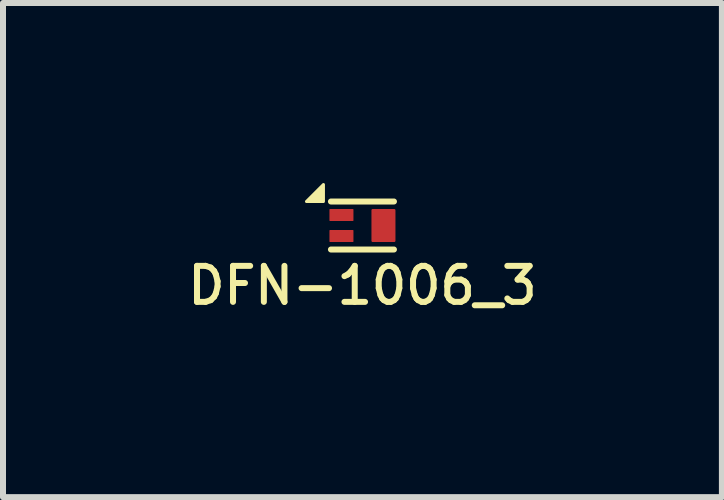
<source format=kicad_pcb>
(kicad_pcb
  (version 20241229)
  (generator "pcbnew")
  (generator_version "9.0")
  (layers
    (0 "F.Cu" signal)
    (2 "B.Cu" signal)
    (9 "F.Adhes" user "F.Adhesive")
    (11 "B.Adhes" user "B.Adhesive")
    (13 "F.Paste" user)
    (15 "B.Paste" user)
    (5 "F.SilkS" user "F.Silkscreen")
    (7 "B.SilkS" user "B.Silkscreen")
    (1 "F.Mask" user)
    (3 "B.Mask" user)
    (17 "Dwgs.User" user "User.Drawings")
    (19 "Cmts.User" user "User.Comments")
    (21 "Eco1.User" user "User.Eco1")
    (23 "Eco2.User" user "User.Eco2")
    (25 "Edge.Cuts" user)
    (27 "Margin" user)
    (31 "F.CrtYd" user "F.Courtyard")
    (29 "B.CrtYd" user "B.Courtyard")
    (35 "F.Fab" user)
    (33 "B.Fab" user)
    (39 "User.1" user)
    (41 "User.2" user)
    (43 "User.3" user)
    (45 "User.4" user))
  (footprint "DFN-1006_3"
    (layer "F.Cu")
    (at 2.99 0.708)
    (property "Reference" "DFN-1006_3" (at 0 1 0) (unlocked yes) (layer "F.SilkS") (effects (font (size 0.6 0.6) (thickness 0.1))))
    (attr smd)
    (fp_line (start -0.525 -0.4) (end 0.525 -0.4) (stroke (width 0.1) (type solid)) (layer "F.SilkS"))
    (fp_line (start -0.525 0.4) (end 0.525 0.4) (stroke (width 0.1) (type solid)) (layer "F.SilkS"))
    (fp_poly (pts (xy -0.65 -0.683) (xy -0.65 -0.4) (xy -0.933 -0.4)) (stroke (width 0.05) (type solid)) (fill yes) (layer "F.SilkS"))
    (pad "1" smd roundrect (at -0.35 -0.175) (size 0.4 0.2) (layers "F.Cu" "F.Mask" "F.Paste") (roundrect_rratio 0.05))
    (pad "2" smd roundrect (at -0.35 0.175) (size 0.4 0.2) (layers "F.Cu" "F.Mask" "F.Paste") (roundrect_rratio 0.05))
    (pad "3" smd roundrect (at 0.35 0) (size 0.4 0.55) (layers "F.Cu" "F.Mask" "F.Paste") (roundrect_rratio 0.05)))
  (gr_rect
    (start -3 -3)
    (end 8.98 5.234)
    (stroke (width 0.1) (type default))
    (fill no)
    (layer "Edge.Cuts")))
</source>
